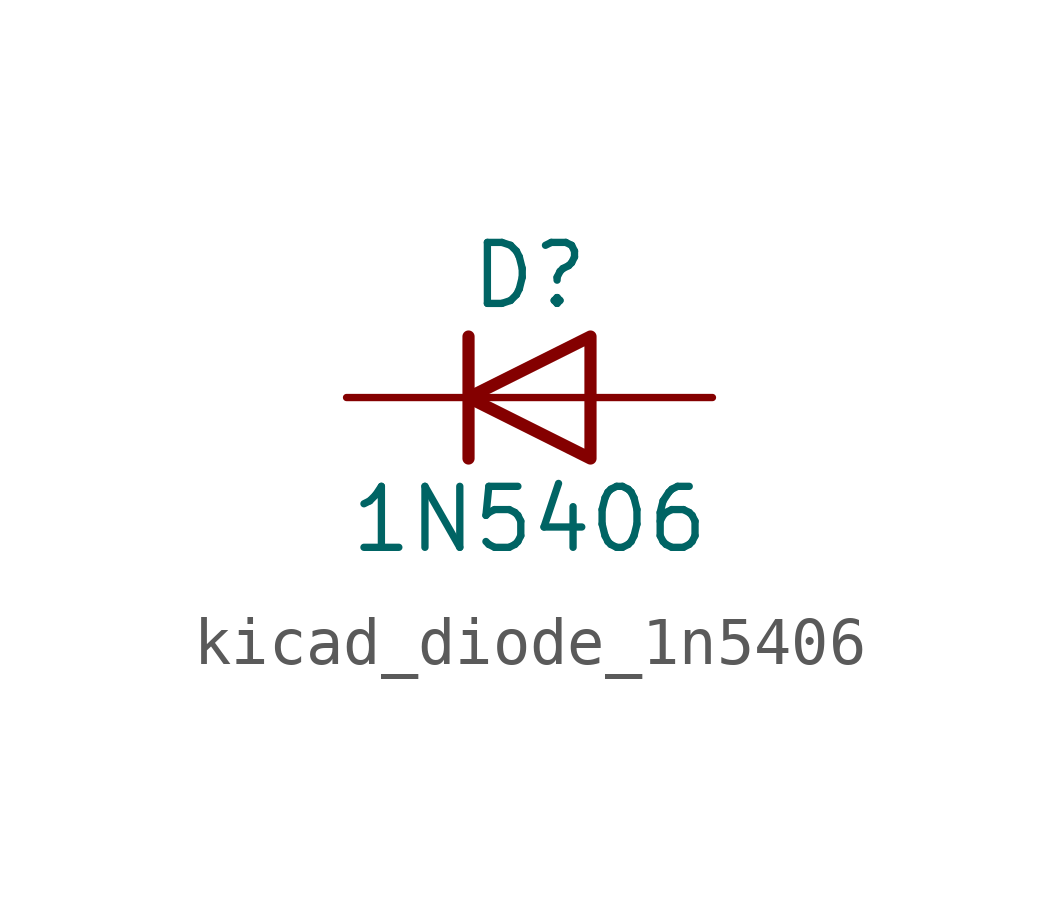
<source format=kicad_sym>
(kicad_symbol_lib
  (version 20220914)
  (generator kicad_symbol_editor)
  (symbol "kicad_diode_1n5406"
    (pin_numbers hide)
    (pin_names hide)
    (property "Reference" "D"
      (at 0 2.54 0)
      (effects (font (size 1.27 1.27))))
    (property "Value" "1N5406"
      (at 0 -2.54 0)
      (effects (font (size 1.27 1.27))))
    (symbol "kicad_diode_1n5406_0_1"
      (polyline (pts (xy -1.27 1.27) (xy -1.27 -1.27)) (stroke (width 0.254) (type default)) (fill (type none)))
      (polyline (pts (xy 1.27 0) (xy -1.27 0)) (stroke (width 0) (type default)) (fill (type none)))
      (polyline (pts (xy 1.27 1.27) (xy 1.27 -1.27) (xy -1.27 0) (xy 1.27 1.27)) (stroke (width 0.254) (type default)) (fill (type none))))
    (symbol "kicad_diode_1n5406_1_1"
      (pin passive line (at -3.81 0 0) (length 2.54) (name "K" (effects (font (size 1.27 1.27)))) (number "1" (effects (font (size 1.27 1.27)))))
      (pin passive line (at 3.81 0 180) (length 2.54) (name "A" (effects (font (size 1.27 1.27)))) (number "2" (effects (font (size 1.27 1.27))))))))
</source>
